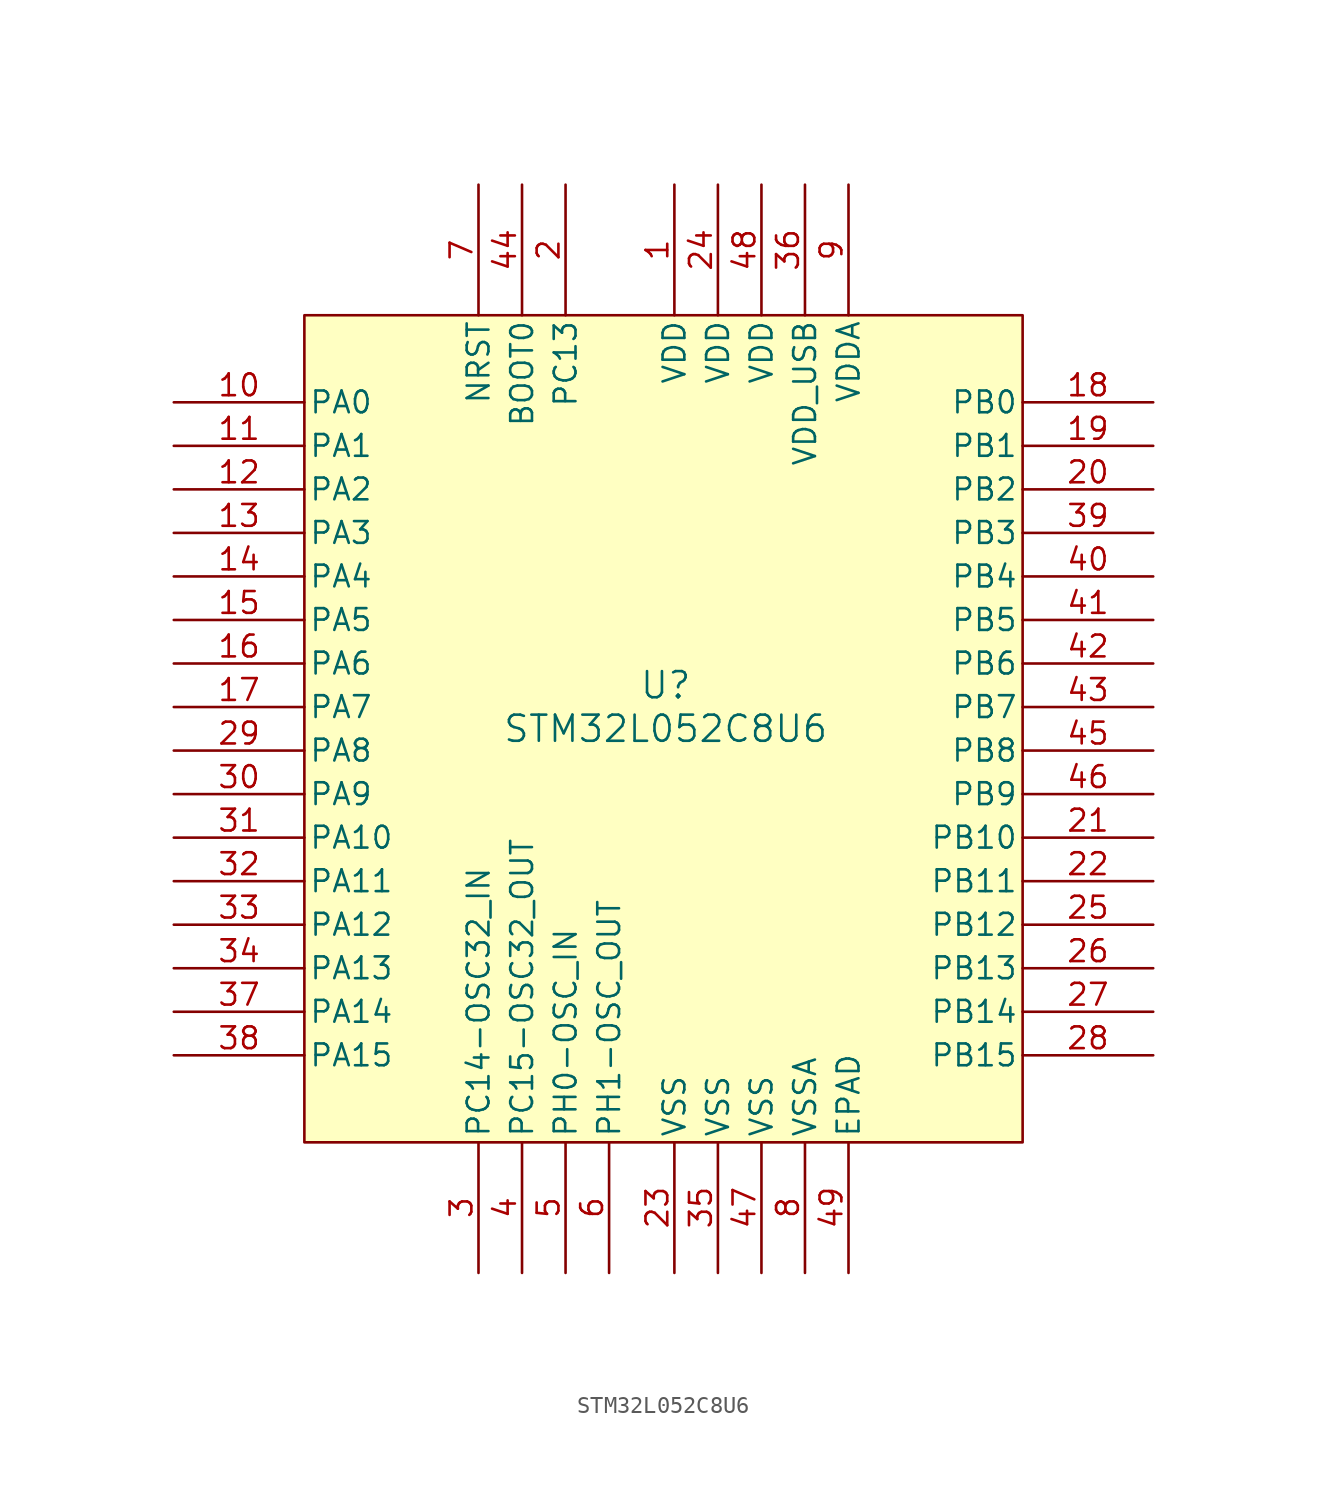
<source format=kicad_sym>
(kicad_symbol_lib
  (version 20241209)
  (generator "kicad_symbol_editor")
  (generator_version "9.0")
  (symbol "STM32L052C8U6"
    (pin_names
      (offset 0.254))
    (property "Reference" "U"
      (at 28.702 -16.51 0)
      (effects (font (size 1.524 1.524))))
    (property "Value" "STM32L052C8U6"
      (at 28.702 -19.05 0)
      (effects (font (size 1.524 1.524))))
    (symbol "STM32L052C8U6_0_1"
      (pin bidirectional line (at 0 0 0) (length 7.62) (name "PA0" (effects (font (size 1.27 1.27)))) (number "10" (effects (font (size 1.27 1.27)))))
      (pin bidirectional line (at 0 -2.54 0) (length 7.62) (name "PA1" (effects (font (size 1.27 1.27)))) (number "11" (effects (font (size 1.27 1.27)))))
      (pin bidirectional line (at 0 -5.08 0) (length 7.62) (name "PA2" (effects (font (size 1.27 1.27)))) (number "12" (effects (font (size 1.27 1.27)))))
      (pin bidirectional line (at 0 -7.62 0) (length 7.62) (name "PA3" (effects (font (size 1.27 1.27)))) (number "13" (effects (font (size 1.27 1.27)))))
      (pin bidirectional line (at 0 -10.16 0) (length 7.62) (name "PA4" (effects (font (size 1.27 1.27)))) (number "14" (effects (font (size 1.27 1.27)))))
      (pin bidirectional line (at 0 -12.7 0) (length 7.62) (name "PA5" (effects (font (size 1.27 1.27)))) (number "15" (effects (font (size 1.27 1.27)))))
      (pin bidirectional line (at 0 -15.24 0) (length 7.62) (name "PA6" (effects (font (size 1.27 1.27)))) (number "16" (effects (font (size 1.27 1.27)))))
      (pin bidirectional line (at 0 -17.78 0) (length 7.62) (name "PA7" (effects (font (size 1.27 1.27)))) (number "17" (effects (font (size 1.27 1.27)))))
      (pin bidirectional line (at 0 -20.32 0) (length 7.62) (name "PA8" (effects (font (size 1.27 1.27)))) (number "29" (effects (font (size 1.27 1.27)))))
      (pin bidirectional line (at 0 -22.86 0) (length 7.62) (name "PA9" (effects (font (size 1.27 1.27)))) (number "30" (effects (font (size 1.27 1.27)))))
      (pin bidirectional line (at 0 -25.4 0) (length 7.62) (name "PA10" (effects (font (size 1.27 1.27)))) (number "31" (effects (font (size 1.27 1.27)))))
      (pin bidirectional line (at 0 -27.94 0) (length 7.62) (name "PA11" (effects (font (size 1.27 1.27)))) (number "32" (effects (font (size 1.27 1.27)))))
      (pin bidirectional line (at 0 -30.48 0) (length 7.62) (name "PA12" (effects (font (size 1.27 1.27)))) (number "33" (effects (font (size 1.27 1.27)))))
      (pin bidirectional line (at 0 -33.02 0) (length 7.62) (name "PA13" (effects (font (size 1.27 1.27)))) (number "34" (effects (font (size 1.27 1.27)))))
      (pin bidirectional line (at 0 -35.56 0) (length 7.62) (name "PA14" (effects (font (size 1.27 1.27)))) (number "37" (effects (font (size 1.27 1.27)))))
      (pin bidirectional line (at 0 -38.1 0) (length 7.62) (name "PA15" (effects (font (size 1.27 1.27)))) (number "38" (effects (font (size 1.27 1.27)))))
      (pin bidirectional line (at 17.78 -50.8 90) (length 7.62) (name "PC14-OSC32_IN" (effects (font (size 1.27 1.27)))) (number "3" (effects (font (size 1.27 1.27)))))
      (pin bidirectional line (at 20.32 -50.8 90) (length 7.62) (name "PC15-OSC32_OUT" (effects (font (size 1.27 1.27)))) (number "4" (effects (font (size 1.27 1.27)))))
      (pin bidirectional line (at 22.86 12.7 270) (length 7.62) (name "PC13" (effects (font (size 1.27 1.27)))) (number "2" (effects (font (size 1.27 1.27)))))
      (pin bidirectional line (at 22.86 -50.8 90) (length 7.62) (name "PH0-OSC_IN" (effects (font (size 1.27 1.27)))) (number "5" (effects (font (size 1.27 1.27)))))
      (pin bidirectional line (at 25.4 -50.8 90) (length 7.62) (name "PH1-OSC_OUT" (effects (font (size 1.27 1.27)))) (number "6" (effects (font (size 1.27 1.27)))))
      (pin power_in line (at 29.21 12.7 270) (length 7.62) (name "VDD" (effects (font (size 1.27 1.27)))) (number "1" (effects (font (size 1.27 1.27)))))
      (pin power_in line (at 29.21 -50.8 90) (length 7.62) (name "VSS" (effects (font (size 1.27 1.27)))) (number "23" (effects (font (size 1.27 1.27)))))
      (pin power_in line (at 31.75 12.7 270) (length 7.62) (name "VDD" (effects (font (size 1.27 1.27)))) (number "24" (effects (font (size 1.27 1.27)))))
      (pin power_in line (at 31.75 -50.8 90) (length 7.62) (name "VSS" (effects (font (size 1.27 1.27)))) (number "35" (effects (font (size 1.27 1.27)))))
      (pin power_in line (at 34.29 12.7 270) (length 7.62) (name "VDD" (effects (font (size 1.27 1.27)))) (number "48" (effects (font (size 1.27 1.27)))))
      (pin power_in line (at 34.29 -50.8 90) (length 7.62) (name "VSS" (effects (font (size 1.27 1.27)))) (number "47" (effects (font (size 1.27 1.27)))))
      (pin power_in line (at 36.83 12.7 270) (length 7.62) (name "VDD_USB" (effects (font (size 1.27 1.27)))) (number "36" (effects (font (size 1.27 1.27)))))
      (pin power_in line (at 36.83 -50.8 90) (length 7.62) (name "VSSA" (effects (font (size 1.27 1.27)))) (number "8" (effects (font (size 1.27 1.27)))))
      (pin power_in line (at 39.37 12.7 270) (length 7.62) (name "VDDA" (effects (font (size 1.27 1.27)))) (number "9" (effects (font (size 1.27 1.27)))))
      (pin bidirectional line (at 57.15 0 180) (length 7.62) (name "PB0" (effects (font (size 1.27 1.27)))) (number "18" (effects (font (size 1.27 1.27)))))
      (pin bidirectional line (at 57.15 -2.54 180) (length 7.62) (name "PB1" (effects (font (size 1.27 1.27)))) (number "19" (effects (font (size 1.27 1.27)))))
      (pin bidirectional line (at 57.15 -5.08 180) (length 7.62) (name "PB2" (effects (font (size 1.27 1.27)))) (number "20" (effects (font (size 1.27 1.27)))))
      (pin bidirectional line (at 57.15 -7.62 180) (length 7.62) (name "PB3" (effects (font (size 1.27 1.27)))) (number "39" (effects (font (size 1.27 1.27)))))
      (pin bidirectional line (at 57.15 -10.16 180) (length 7.62) (name "PB4" (effects (font (size 1.27 1.27)))) (number "40" (effects (font (size 1.27 1.27)))))
      (pin bidirectional line (at 57.15 -12.7 180) (length 7.62) (name "PB5" (effects (font (size 1.27 1.27)))) (number "41" (effects (font (size 1.27 1.27)))))
      (pin bidirectional line (at 57.15 -15.24 180) (length 7.62) (name "PB6" (effects (font (size 1.27 1.27)))) (number "42" (effects (font (size 1.27 1.27)))))
      (pin bidirectional line (at 57.15 -17.78 180) (length 7.62) (name "PB7" (effects (font (size 1.27 1.27)))) (number "43" (effects (font (size 1.27 1.27)))))
      (pin bidirectional line (at 57.15 -20.32 180) (length 7.62) (name "PB8" (effects (font (size 1.27 1.27)))) (number "45" (effects (font (size 1.27 1.27)))))
      (pin bidirectional line (at 57.15 -22.86 180) (length 7.62) (name "PB9" (effects (font (size 1.27 1.27)))) (number "46" (effects (font (size 1.27 1.27)))))
      (pin bidirectional line (at 57.15 -25.4 180) (length 7.62) (name "PB10" (effects (font (size 1.27 1.27)))) (number "21" (effects (font (size 1.27 1.27)))))
      (pin bidirectional line (at 57.15 -27.94 180) (length 7.62) (name "PB11" (effects (font (size 1.27 1.27)))) (number "22" (effects (font (size 1.27 1.27)))))
      (pin bidirectional line (at 57.15 -30.48 180) (length 7.62) (name "PB12" (effects (font (size 1.27 1.27)))) (number "25" (effects (font (size 1.27 1.27)))))
      (pin bidirectional line (at 57.15 -33.02 180) (length 7.62) (name "PB13" (effects (font (size 1.27 1.27)))) (number "26" (effects (font (size 1.27 1.27)))))
      (pin bidirectional line (at 57.15 -35.56 180) (length 7.62) (name "PB14" (effects (font (size 1.27 1.27)))) (number "27" (effects (font (size 1.27 1.27)))))
      (pin bidirectional line (at 57.15 -38.1 180) (length 7.62) (name "PB15" (effects (font (size 1.27 1.27)))) (number "28" (effects (font (size 1.27 1.27))))))
    (symbol "STM32L052C8U6_1_1"
      (rectangle (start 7.62 5.08) (end 49.53 -43.18) (stroke (width 0) (type solid)) (fill (type background)))
      (pin input line (at 17.78 12.7 270) (length 7.62) (name "NRST" (effects (font (size 1.27 1.27)))) (number "7" (effects (font (size 1.27 1.27)))))
      (pin input line (at 20.32 12.7 270) (length 7.62) (name "BOOT0" (effects (font (size 1.27 1.27)))) (number "44" (effects (font (size 1.27 1.27)))))
      (pin power_in line (at 39.37 -50.8 90) (length 7.62) (name "EPAD" (effects (font (size 1.27 1.27)))) (number "49" (effects (font (size 1.27 1.27))))))))
</source>
